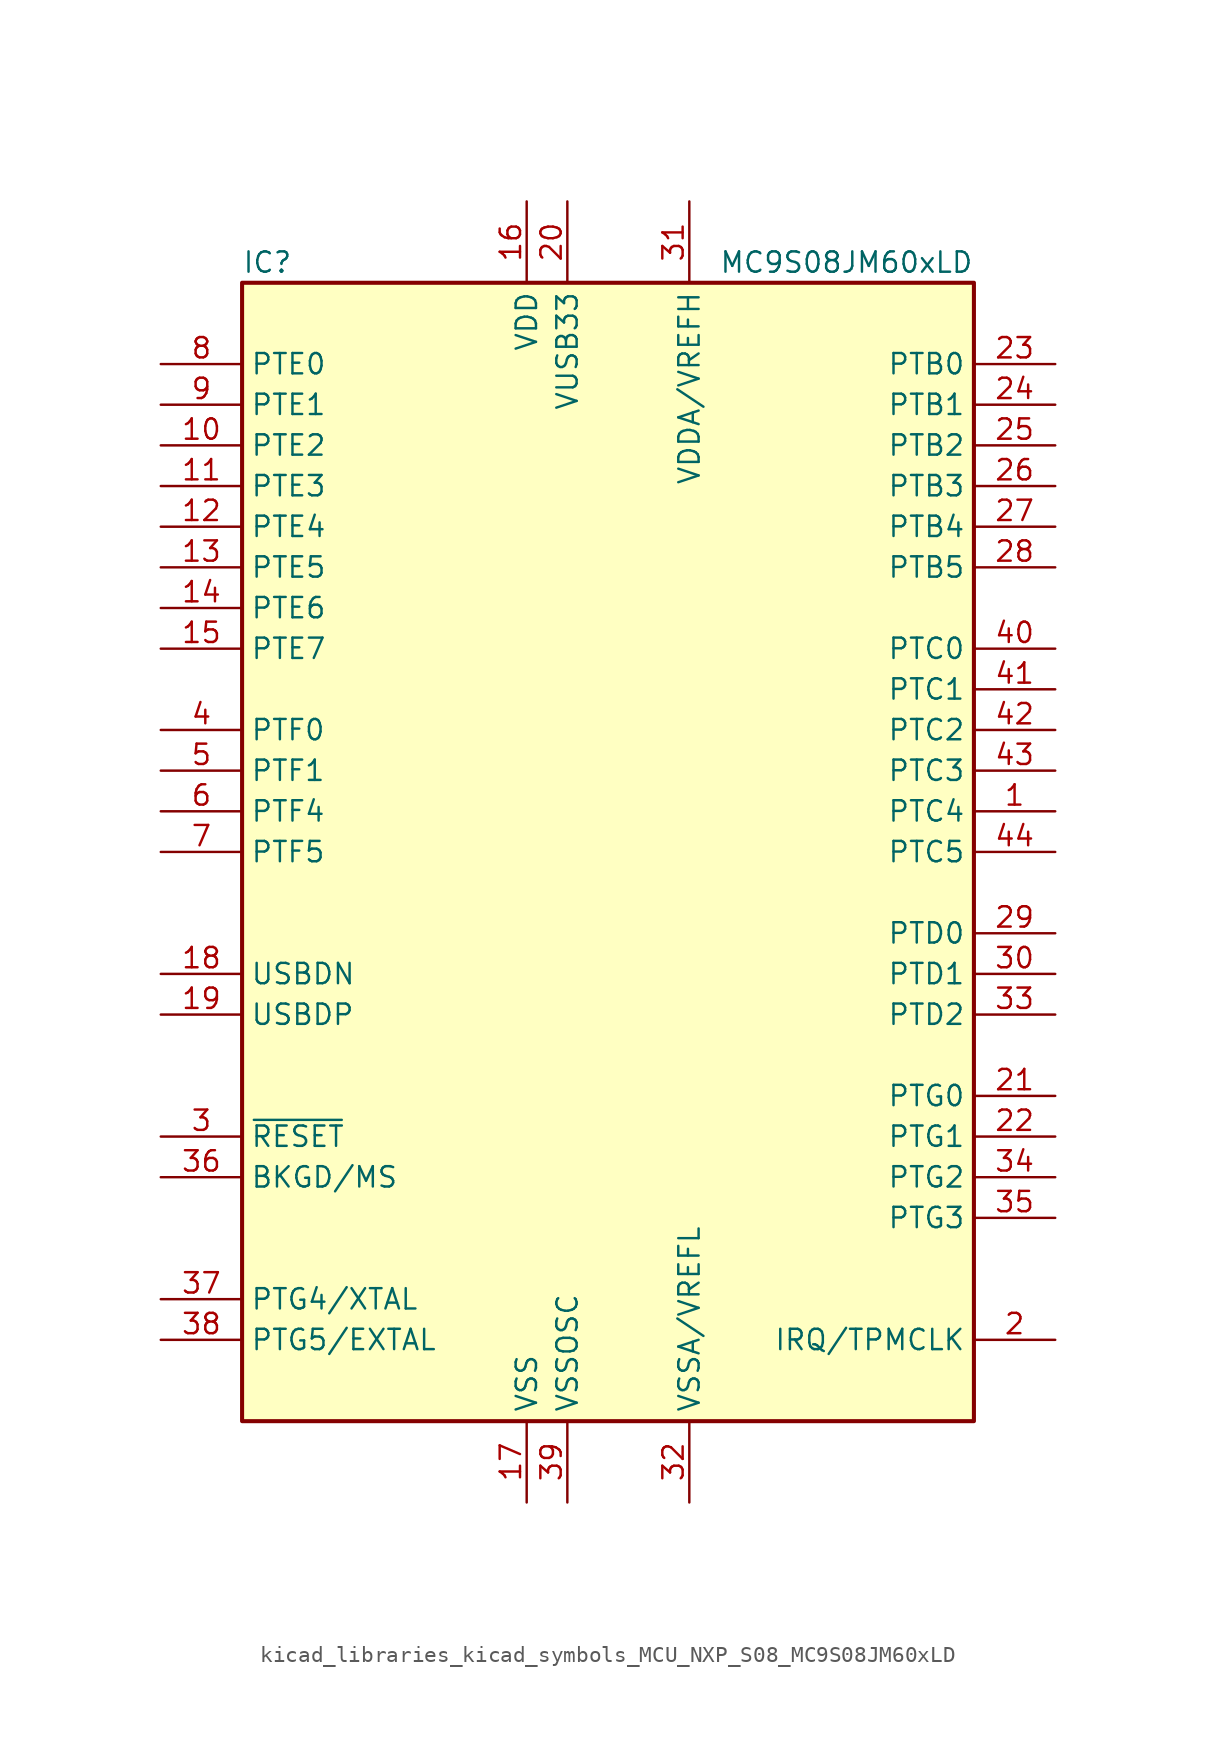
<source format=kicad_sym>
(kicad_symbol_lib
  (version 20220914)
  (generator kicad_symbol_editor)
  (symbol "kicad_libraries_kicad_symbols_MCU_NXP_S08_MC9S08JM60xLD"
    (property "Reference" "IC"
      (at -22.86 36.83 0)
      (effects (font (size 1.27 1.27)) (justify left)))
    (property "Value" "MC9S08JM60xLD"
      (at 22.86 36.83 0)
      (effects (font (size 1.27 1.27)) (justify right)))
    (symbol "kicad_libraries_kicad_symbols_MCU_NXP_S08_MC9S08JM60xLD_0_1"
      (rectangle (start -22.86 35.56) (end 22.86 -35.56) (stroke (width 0.254) (type default)) (fill (type background))))
    (symbol "kicad_libraries_kicad_symbols_MCU_NXP_S08_MC9S08JM60xLD_1_1"
      (pin bidirectional line (at 27.94 2.54 180) (length 5.08) (name "PTC4" (effects (font (size 1.27 1.27)))) (number "1" (effects (font (size 1.27 1.27)))))
      (pin bidirectional line (at -27.94 25.4 0) (length 5.08) (name "PTE2" (effects (font (size 1.27 1.27)))) (number "10" (effects (font (size 1.27 1.27)))))
      (pin bidirectional line (at -27.94 22.86 0) (length 5.08) (name "PTE3" (effects (font (size 1.27 1.27)))) (number "11" (effects (font (size 1.27 1.27)))))
      (pin bidirectional line (at -27.94 20.32 0) (length 5.08) (name "PTE4" (effects (font (size 1.27 1.27)))) (number "12" (effects (font (size 1.27 1.27)))))
      (pin bidirectional line (at -27.94 17.78 0) (length 5.08) (name "PTE5" (effects (font (size 1.27 1.27)))) (number "13" (effects (font (size 1.27 1.27)))))
      (pin bidirectional line (at -27.94 15.24 0) (length 5.08) (name "PTE6" (effects (font (size 1.27 1.27)))) (number "14" (effects (font (size 1.27 1.27)))))
      (pin bidirectional line (at -27.94 12.7 0) (length 5.08) (name "PTE7" (effects (font (size 1.27 1.27)))) (number "15" (effects (font (size 1.27 1.27)))))
      (pin power_in line (at -5.08 40.64 270) (length 5.08) (name "VDD" (effects (font (size 1.27 1.27)))) (number "16" (effects (font (size 1.27 1.27)))))
      (pin power_in line (at -5.08 -40.64 90) (length 5.08) (name "VSS" (effects (font (size 1.27 1.27)))) (number "17" (effects (font (size 1.27 1.27)))))
      (pin bidirectional line (at -27.94 -7.62 0) (length 5.08) (name "USBDN" (effects (font (size 1.27 1.27)))) (number "18" (effects (font (size 1.27 1.27)))))
      (pin bidirectional line (at -27.94 -10.16 0) (length 5.08) (name "USBDP" (effects (font (size 1.27 1.27)))) (number "19" (effects (font (size 1.27 1.27)))))
      (pin bidirectional line (at 27.94 -30.48 180) (length 5.08) (name "IRQ/TPMCLK" (effects (font (size 1.27 1.27)))) (number "2" (effects (font (size 1.27 1.27)))))
      (pin power_out line (at -2.54 40.64 270) (length 5.08) (name "VUSB33" (effects (font (size 1.27 1.27)))) (number "20" (effects (font (size 1.27 1.27)))))
      (pin bidirectional line (at 27.94 -15.24 180) (length 5.08) (name "PTG0" (effects (font (size 1.27 1.27)))) (number "21" (effects (font (size 1.27 1.27)))))
      (pin bidirectional line (at 27.94 -17.78 180) (length 5.08) (name "PTG1" (effects (font (size 1.27 1.27)))) (number "22" (effects (font (size 1.27 1.27)))))
      (pin bidirectional line (at 27.94 30.48 180) (length 5.08) (name "PTB0" (effects (font (size 1.27 1.27)))) (number "23" (effects (font (size 1.27 1.27)))))
      (pin bidirectional line (at 27.94 27.94 180) (length 5.08) (name "PTB1" (effects (font (size 1.27 1.27)))) (number "24" (effects (font (size 1.27 1.27)))))
      (pin bidirectional line (at 27.94 25.4 180) (length 5.08) (name "PTB2" (effects (font (size 1.27 1.27)))) (number "25" (effects (font (size 1.27 1.27)))))
      (pin bidirectional line (at 27.94 22.86 180) (length 5.08) (name "PTB3" (effects (font (size 1.27 1.27)))) (number "26" (effects (font (size 1.27 1.27)))))
      (pin bidirectional line (at 27.94 20.32 180) (length 5.08) (name "PTB4" (effects (font (size 1.27 1.27)))) (number "27" (effects (font (size 1.27 1.27)))))
      (pin bidirectional line (at 27.94 17.78 180) (length 5.08) (name "PTB5" (effects (font (size 1.27 1.27)))) (number "28" (effects (font (size 1.27 1.27)))))
      (pin bidirectional line (at 27.94 -5.08 180) (length 5.08) (name "PTD0" (effects (font (size 1.27 1.27)))) (number "29" (effects (font (size 1.27 1.27)))))
      (pin input line (at -27.94 -17.78 0) (length 5.08) (name "~{RESET}" (effects (font (size 1.27 1.27)))) (number "3" (effects (font (size 1.27 1.27)))))
      (pin bidirectional line (at 27.94 -7.62 180) (length 5.08) (name "PTD1" (effects (font (size 1.27 1.27)))) (number "30" (effects (font (size 1.27 1.27)))))
      (pin power_in line (at 5.08 40.64 270) (length 5.08) (name "VDDA/VREFH" (effects (font (size 1.27 1.27)))) (number "31" (effects (font (size 1.27 1.27)))))
      (pin power_in line (at 5.08 -40.64 90) (length 5.08) (name "VSSA/VREFL" (effects (font (size 1.27 1.27)))) (number "32" (effects (font (size 1.27 1.27)))))
      (pin bidirectional line (at 27.94 -10.16 180) (length 5.08) (name "PTD2" (effects (font (size 1.27 1.27)))) (number "33" (effects (font (size 1.27 1.27)))))
      (pin bidirectional line (at 27.94 -20.32 180) (length 5.08) (name "PTG2" (effects (font (size 1.27 1.27)))) (number "34" (effects (font (size 1.27 1.27)))))
      (pin bidirectional line (at 27.94 -22.86 180) (length 5.08) (name "PTG3" (effects (font (size 1.27 1.27)))) (number "35" (effects (font (size 1.27 1.27)))))
      (pin bidirectional line (at -27.94 -20.32 0) (length 5.08) (name "BKGD/MS" (effects (font (size 1.27 1.27)))) (number "36" (effects (font (size 1.27 1.27)))))
      (pin bidirectional line (at -27.94 -27.94 0) (length 5.08) (name "PTG4/XTAL" (effects (font (size 1.27 1.27)))) (number "37" (effects (font (size 1.27 1.27)))))
      (pin bidirectional line (at -27.94 -30.48 0) (length 5.08) (name "PTG5/EXTAL" (effects (font (size 1.27 1.27)))) (number "38" (effects (font (size 1.27 1.27)))))
      (pin power_in line (at -2.54 -40.64 90) (length 5.08) (name "VSSOSC" (effects (font (size 1.27 1.27)))) (number "39" (effects (font (size 1.27 1.27)))))
      (pin bidirectional line (at -27.94 7.62 0) (length 5.08) (name "PTF0" (effects (font (size 1.27 1.27)))) (number "4" (effects (font (size 1.27 1.27)))))
      (pin bidirectional line (at 27.94 12.7 180) (length 5.08) (name "PTC0" (effects (font (size 1.27 1.27)))) (number "40" (effects (font (size 1.27 1.27)))))
      (pin bidirectional line (at 27.94 10.16 180) (length 5.08) (name "PTC1" (effects (font (size 1.27 1.27)))) (number "41" (effects (font (size 1.27 1.27)))))
      (pin bidirectional line (at 27.94 7.62 180) (length 5.08) (name "PTC2" (effects (font (size 1.27 1.27)))) (number "42" (effects (font (size 1.27 1.27)))))
      (pin bidirectional line (at 27.94 5.08 180) (length 5.08) (name "PTC3" (effects (font (size 1.27 1.27)))) (number "43" (effects (font (size 1.27 1.27)))))
      (pin bidirectional line (at 27.94 0 180) (length 5.08) (name "PTC5" (effects (font (size 1.27 1.27)))) (number "44" (effects (font (size 1.27 1.27)))))
      (pin bidirectional line (at -27.94 5.08 0) (length 5.08) (name "PTF1" (effects (font (size 1.27 1.27)))) (number "5" (effects (font (size 1.27 1.27)))))
      (pin bidirectional line (at -27.94 2.54 0) (length 5.08) (name "PTF4" (effects (font (size 1.27 1.27)))) (number "6" (effects (font (size 1.27 1.27)))))
      (pin bidirectional line (at -27.94 0 0) (length 5.08) (name "PTF5" (effects (font (size 1.27 1.27)))) (number "7" (effects (font (size 1.27 1.27)))))
      (pin bidirectional line (at -27.94 30.48 0) (length 5.08) (name "PTE0" (effects (font (size 1.27 1.27)))) (number "8" (effects (font (size 1.27 1.27)))))
      (pin bidirectional line (at -27.94 27.94 0) (length 5.08) (name "PTE1" (effects (font (size 1.27 1.27)))) (number "9" (effects (font (size 1.27 1.27))))))))
</source>
